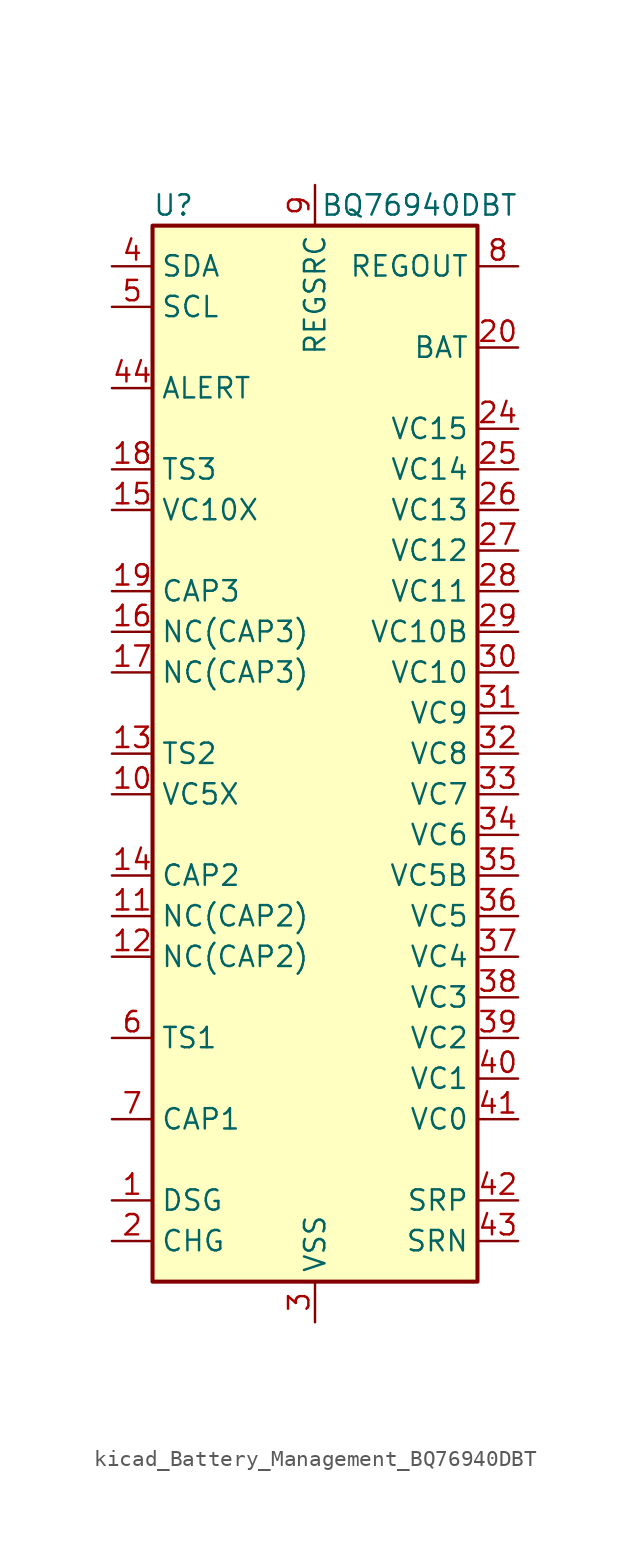
<source format=kicad_sym>
(kicad_symbol_lib
  (version 20220914)
  (generator kicad_symbol_editor)
  (symbol "kicad_Battery_Management_BQ76940DBT"
    (property "Reference" "U"
      (at -10.16 34.29 0)
      (effects (font (size 1.27 1.27)) (justify left)))
    (property "Value" "BQ76940DBT"
      (at 12.7 34.29 0)
      (effects (font (size 1.27 1.27)) (justify right)))
    (symbol "kicad_Battery_Management_BQ76940DBT_0_1"
      (rectangle (start -10.16 33.02) (end 10.16 -33.02) (stroke (width 0.254) (type default)) (fill (type background))))
    (symbol "kicad_Battery_Management_BQ76940DBT_1_0"
      (pin passive line (at -12.7 -2.54 0) (length 2.54) (name "VC5X" (effects (font (size 1.27 1.27)))) (number "10" (effects (font (size 1.27 1.27)))))
      (pin passive line (at -12.7 -10.16 0) (length 2.54) (name "NC(CAP2)" (effects (font (size 1.27 1.27)))) (number "11" (effects (font (size 1.27 1.27)))))
      (pin passive line (at -12.7 -12.7 0) (length 2.54) (name "NC(CAP2)" (effects (font (size 1.27 1.27)))) (number "12" (effects (font (size 1.27 1.27)))))
      (pin passive line (at -12.7 0 0) (length 2.54) (name "TS2" (effects (font (size 1.27 1.27)))) (number "13" (effects (font (size 1.27 1.27)))))
      (pin passive line (at -12.7 -7.62 0) (length 2.54) (name "CAP2" (effects (font (size 1.27 1.27)))) (number "14" (effects (font (size 1.27 1.27)))))
      (pin passive line (at -12.7 15.24 0) (length 2.54) (name "VC10X" (effects (font (size 1.27 1.27)))) (number "15" (effects (font (size 1.27 1.27)))))
      (pin passive line (at -12.7 7.62 0) (length 2.54) (name "NC(CAP3)" (effects (font (size 1.27 1.27)))) (number "16" (effects (font (size 1.27 1.27)))))
      (pin passive line (at -12.7 5.08 0) (length 2.54) (name "NC(CAP3)" (effects (font (size 1.27 1.27)))) (number "17" (effects (font (size 1.27 1.27)))))
      (pin passive line (at -12.7 17.78 0) (length 2.54) (name "TS3" (effects (font (size 1.27 1.27)))) (number "18" (effects (font (size 1.27 1.27)))))
      (pin passive line (at -12.7 10.16 0) (length 2.54) (name "CAP3" (effects (font (size 1.27 1.27)))) (number "19" (effects (font (size 1.27 1.27)))))
      (pin input line (at 12.7 25.4 180) (length 2.54) (name "BAT" (effects (font (size 1.27 1.27)))) (number "20" (effects (font (size 1.27 1.27)))))
      (pin no_connect line (at -5.08 -33.02 90) (length 2.54) hide (name "NC" (effects (font (size 1.27 1.27)))) (number "21" (effects (font (size 1.27 1.27)))))
      (pin no_connect line (at -2.54 -33.02 90) (length 2.54) hide (name "NC" (effects (font (size 1.27 1.27)))) (number "22" (effects (font (size 1.27 1.27)))))
      (pin no_connect line (at 2.54 -33.02 90) (length 2.54) hide (name "NC" (effects (font (size 1.27 1.27)))) (number "23" (effects (font (size 1.27 1.27)))))
      (pin input line (at 12.7 20.32 180) (length 2.54) (name "VC15" (effects (font (size 1.27 1.27)))) (number "24" (effects (font (size 1.27 1.27)))))
      (pin input line (at 12.7 17.78 180) (length 2.54) (name "VC14" (effects (font (size 1.27 1.27)))) (number "25" (effects (font (size 1.27 1.27)))))
      (pin input line (at 12.7 15.24 180) (length 2.54) (name "VC13" (effects (font (size 1.27 1.27)))) (number "26" (effects (font (size 1.27 1.27)))))
      (pin input line (at 12.7 12.7 180) (length 2.54) (name "VC12" (effects (font (size 1.27 1.27)))) (number "27" (effects (font (size 1.27 1.27)))))
      (pin input line (at 12.7 10.16 180) (length 2.54) (name "VC11" (effects (font (size 1.27 1.27)))) (number "28" (effects (font (size 1.27 1.27)))))
      (pin input line (at 12.7 7.62 180) (length 2.54) (name "VC10B" (effects (font (size 1.27 1.27)))) (number "29" (effects (font (size 1.27 1.27)))))
      (pin input line (at 12.7 5.08 180) (length 2.54) (name "VC10" (effects (font (size 1.27 1.27)))) (number "30" (effects (font (size 1.27 1.27)))))
      (pin input line (at 12.7 2.54 180) (length 2.54) (name "VC9" (effects (font (size 1.27 1.27)))) (number "31" (effects (font (size 1.27 1.27)))))
      (pin input line (at 12.7 0 180) (length 2.54) (name "VC8" (effects (font (size 1.27 1.27)))) (number "32" (effects (font (size 1.27 1.27)))))
      (pin input line (at 12.7 -2.54 180) (length 2.54) (name "VC7" (effects (font (size 1.27 1.27)))) (number "33" (effects (font (size 1.27 1.27)))))
      (pin input line (at 12.7 -5.08 180) (length 2.54) (name "VC6" (effects (font (size 1.27 1.27)))) (number "34" (effects (font (size 1.27 1.27)))))
      (pin input line (at 12.7 -7.62 180) (length 2.54) (name "VC5B" (effects (font (size 1.27 1.27)))) (number "35" (effects (font (size 1.27 1.27)))))
      (pin input line (at 12.7 -10.16 180) (length 2.54) (name "VC5" (effects (font (size 1.27 1.27)))) (number "36" (effects (font (size 1.27 1.27)))))
      (pin input line (at 12.7 -12.7 180) (length 2.54) (name "VC4" (effects (font (size 1.27 1.27)))) (number "37" (effects (font (size 1.27 1.27)))))
      (pin input line (at 12.7 -15.24 180) (length 2.54) (name "VC3" (effects (font (size 1.27 1.27)))) (number "38" (effects (font (size 1.27 1.27)))))
      (pin input line (at 12.7 -17.78 180) (length 2.54) (name "VC2" (effects (font (size 1.27 1.27)))) (number "39" (effects (font (size 1.27 1.27)))))
      (pin input line (at 12.7 -20.32 180) (length 2.54) (name "VC1" (effects (font (size 1.27 1.27)))) (number "40" (effects (font (size 1.27 1.27)))))
      (pin input line (at 12.7 -22.86 180) (length 2.54) (name "VC0" (effects (font (size 1.27 1.27)))) (number "41" (effects (font (size 1.27 1.27)))))
      (pin input line (at 12.7 -27.94 180) (length 2.54) (name "SRP" (effects (font (size 1.27 1.27)))) (number "42" (effects (font (size 1.27 1.27)))))
      (pin input line (at 12.7 -30.48 180) (length 2.54) (name "SRN" (effects (font (size 1.27 1.27)))) (number "43" (effects (font (size 1.27 1.27)))))
      (pin bidirectional line (at -12.7 22.86 0) (length 2.54) (name "ALERT" (effects (font (size 1.27 1.27)))) (number "44" (effects (font (size 1.27 1.27)))))
      (pin passive line (at -12.7 -17.78 0) (length 2.54) (name "TS1" (effects (font (size 1.27 1.27)))) (number "6" (effects (font (size 1.27 1.27)))))
      (pin passive line (at -12.7 -22.86 0) (length 2.54) (name "CAP1" (effects (font (size 1.27 1.27)))) (number "7" (effects (font (size 1.27 1.27)))))
      (pin power_out line (at 12.7 30.48 180) (length 2.54) (name "REGOUT" (effects (font (size 1.27 1.27)))) (number "8" (effects (font (size 1.27 1.27)))))
      (pin power_in line (at 0 35.56 270) (length 2.54) (name "REGSRC" (effects (font (size 1.27 1.27)))) (number "9" (effects (font (size 1.27 1.27))))))
    (symbol "kicad_Battery_Management_BQ76940DBT_1_1"
      (pin output line (at -12.7 -27.94 0) (length 2.54) (name "DSG" (effects (font (size 1.27 1.27)))) (number "1" (effects (font (size 1.27 1.27)))))
      (pin output line (at -12.7 -30.48 0) (length 2.54) (name "CHG" (effects (font (size 1.27 1.27)))) (number "2" (effects (font (size 1.27 1.27)))))
      (pin power_in line (at 0 -35.56 90) (length 2.54) (name "VSS" (effects (font (size 1.27 1.27)))) (number "3" (effects (font (size 1.27 1.27)))))
      (pin bidirectional line (at -12.7 30.48 0) (length 2.54) (name "SDA" (effects (font (size 1.27 1.27)))) (number "4" (effects (font (size 1.27 1.27)))))
      (pin input line (at -12.7 27.94 0) (length 2.54) (name "SCL" (effects (font (size 1.27 1.27)))) (number "5" (effects (font (size 1.27 1.27))))))))
</source>
